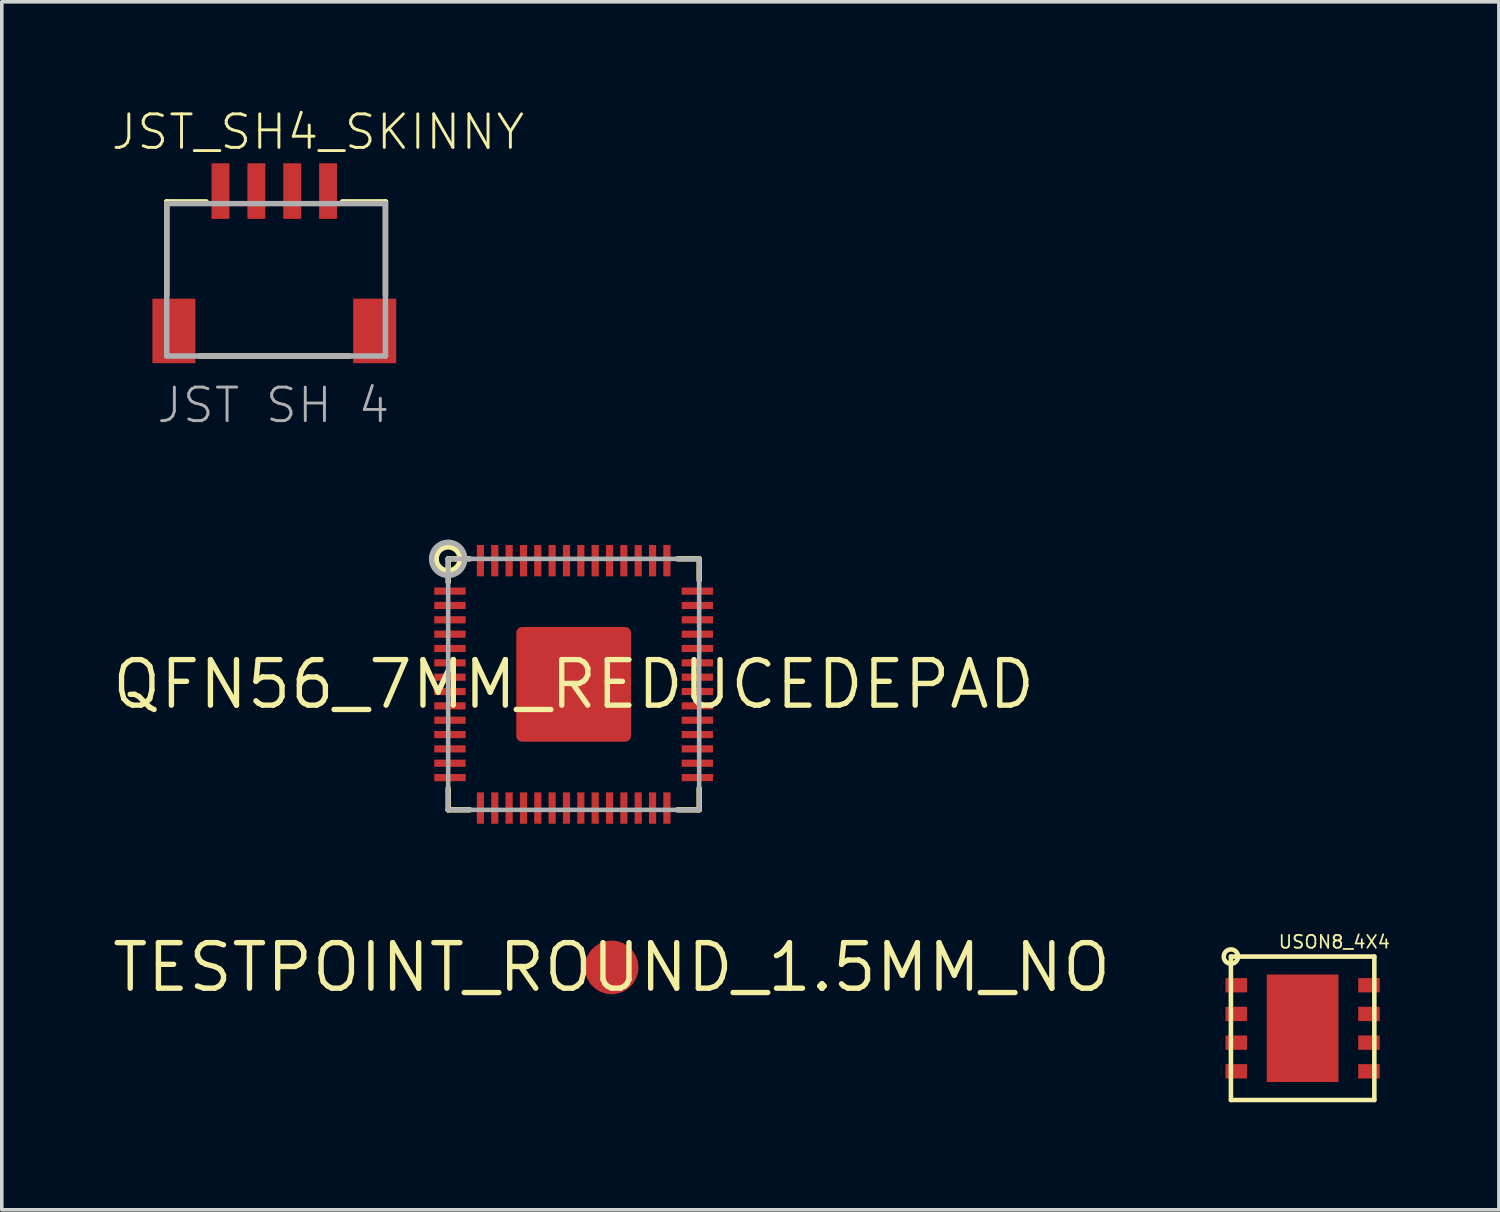
<source format=kicad_pcb>
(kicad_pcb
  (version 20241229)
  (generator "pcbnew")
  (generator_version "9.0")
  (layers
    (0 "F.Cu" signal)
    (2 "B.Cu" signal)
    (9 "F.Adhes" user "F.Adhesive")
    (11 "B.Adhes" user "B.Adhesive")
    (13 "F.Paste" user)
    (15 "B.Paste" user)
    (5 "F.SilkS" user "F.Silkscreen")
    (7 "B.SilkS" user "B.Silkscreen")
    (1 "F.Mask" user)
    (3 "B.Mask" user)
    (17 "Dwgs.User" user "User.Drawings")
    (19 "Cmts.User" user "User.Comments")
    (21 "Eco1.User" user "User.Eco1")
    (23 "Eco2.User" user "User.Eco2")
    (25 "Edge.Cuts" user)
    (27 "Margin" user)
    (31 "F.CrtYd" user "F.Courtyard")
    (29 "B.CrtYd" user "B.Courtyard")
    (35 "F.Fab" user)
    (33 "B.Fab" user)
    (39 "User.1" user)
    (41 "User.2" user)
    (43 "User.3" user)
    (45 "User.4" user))
  (footprint "TESTPOINT_ROUND_1.5MM_NO"
    (layer "F.Cu")
    (at 14.008 23.93)
    (property "Reference" "TESTPOINT_ROUND_1.5MM_NO" (at 0 0 0) (layer "F.SilkS") (effects (font (size 1.27 1.27) (thickness 0.15))))
    (pad "P$1" smd roundrect (at 0 0) (size 1.5 1.5) (layers "F.Cu" "F.Mask") (roundrect_rratio 0.5)))
  (footprint "QFN56_7MM_REDUCEDEPAD"
    (layer "F.Cu")
    (at 12.949 16.036)
    (property "Reference" "QFN56_7MM_REDUCEDEPAD" (at 0 0 0) (layer "F.SilkS") (effects (font (size 1.27 1.27) (thickness 0.15))))
    (fp_line (start -3.5 -3.5) (end -2.9 -3.5) (stroke (width 0.152) (type solid)) (layer "F.SilkS"))
    (fp_line (start -3.5 -2.85) (end -3.5 -3.5) (stroke (width 0.152) (type solid)) (layer "F.SilkS"))
    (fp_line (start -3.5 2.9) (end -3.5 3.5) (stroke (width 0.152) (type solid)) (layer "F.SilkS"))
    (fp_line (start -3.5 3.5) (end -2.9 3.5) (stroke (width 0.152) (type solid)) (layer "F.SilkS"))
    (fp_line (start 2.9 -3.5) (end 3.5 -3.5) (stroke (width 0.152) (type solid)) (layer "F.SilkS"))
    (fp_line (start 2.9 3.5) (end 3.5 3.5) (stroke (width 0.152) (type solid)) (layer "F.SilkS"))
    (fp_line (start 3.5 -3.5) (end 3.5 -2.9) (stroke (width 0.152) (type solid)) (layer "F.SilkS"))
    (fp_line (start 3.5 3.5) (end 3.5 2.9) (stroke (width 0.152) (type solid)) (layer "F.SilkS"))
    (fp_circle (center -3.5 -3.5) (end -3.165 -3.5) (stroke (width 0.152) (type solid)) (fill no) (layer "F.SilkS"))
    (fp_poly (pts (xy -1.3 -0.3) (xy -0.3 -0.3) (xy -0.3 -1.3) (xy -1.3 -1.3)) (stroke (width 0) (type default)) (fill yes) (layer "F.Paste"))
    (fp_poly (pts (xy -1.3 1.3) (xy -0.3 1.3) (xy -0.3 0.3) (xy -1.3 0.3)) (stroke (width 0) (type default)) (fill yes) (layer "F.Paste"))
    (fp_poly (pts (xy 0.3 -0.3) (xy 1.3 -0.3) (xy 1.3 -1.3) (xy 0.3 -1.3)) (stroke (width 0) (type default)) (fill yes) (layer "F.Paste"))
    (fp_poly (pts (xy 0.3 1.3) (xy 1.3 1.3) (xy 1.3 0.3) (xy 0.3 0.3)) (stroke (width 0) (type default)) (fill yes) (layer "F.Paste"))
    (fp_line (start -3.5 -3.5) (end 3.5 -3.5) (stroke (width 0.127) (type solid)) (layer "F.Fab"))
    (fp_line (start -3.5 3.5) (end -3.5 -3.5) (stroke (width 0.127) (type solid)) (layer "F.Fab"))
    (fp_line (start 3.5 -3.5) (end 3.5 3.5) (stroke (width 0.127) (type solid)) (layer "F.Fab"))
    (fp_line (start 3.5 3.5) (end -3.5 3.5) (stroke (width 0.127) (type solid)) (layer "F.Fab"))
    (fp_circle (center -3.5 -3.5) (end -3.039 -3.5) (stroke (width 0.152) (type solid)) (fill no) (layer "F.Fab"))
    (pad "1" smd rect (at -3.45 -2.6 180) (size 0.875 0.2) (layers "F.Cu" "F.Mask" "F.Paste"))
    (pad "2" smd rect (at -3.45 -2.2 180) (size 0.875 0.2) (layers "F.Cu" "F.Mask" "F.Paste"))
    (pad "3" smd rect (at -3.45 -1.8 180) (size 0.875 0.2) (layers "F.Cu" "F.Mask" "F.Paste"))
    (pad "4" smd rect (at -3.45 -1.4 180) (size 0.875 0.2) (layers "F.Cu" "F.Mask" "F.Paste"))
    (pad "5" smd rect (at -3.45 -1 180) (size 0.875 0.2) (layers "F.Cu" "F.Mask" "F.Paste"))
    (pad "6" smd rect (at -3.45 -0.6 180) (size 0.875 0.2) (layers "F.Cu" "F.Mask" "F.Paste"))
    (pad "7" smd rect (at -3.45 -0.2 180) (size 0.875 0.2) (layers "F.Cu" "F.Mask" "F.Paste"))
    (pad "8" smd rect (at -3.45 0.2 180) (size 0.875 0.2) (layers "F.Cu" "F.Mask" "F.Paste"))
    (pad "9" smd rect (at -3.45 0.6 180) (size 0.875 0.2) (layers "F.Cu" "F.Mask" "F.Paste"))
    (pad "10" smd rect (at -3.45 1 180) (size 0.875 0.2) (layers "F.Cu" "F.Mask" "F.Paste"))
    (pad "11" smd rect (at -3.45 1.4 180) (size 0.875 0.2) (layers "F.Cu" "F.Mask" "F.Paste"))
    (pad "12" smd rect (at -3.45 1.8 180) (size 0.875 0.2) (layers "F.Cu" "F.Mask" "F.Paste"))
    (pad "13" smd rect (at -3.45 2.2 180) (size 0.875 0.2) (layers "F.Cu" "F.Mask" "F.Paste"))
    (pad "14" smd rect (at -3.45 2.6 180) (size 0.875 0.2) (layers "F.Cu" "F.Mask" "F.Paste"))
    (pad "15" smd rect (at -2.6 3.45 270) (size 0.875 0.2) (layers "F.Cu" "F.Mask" "F.Paste"))
    (pad "16" smd rect (at -2.2 3.45 270) (size 0.875 0.2) (layers "F.Cu" "F.Mask" "F.Paste"))
    (pad "17" smd rect (at -1.8 3.45 270) (size 0.875 0.2) (layers "F.Cu" "F.Mask" "F.Paste"))
    (pad "18" smd rect (at -1.4 3.45 270) (size 0.875 0.2) (layers "F.Cu" "F.Mask" "F.Paste"))
    (pad "19" smd rect (at -1 3.45 270) (size 0.875 0.2) (layers "F.Cu" "F.Mask" "F.Paste"))
    (pad "20" smd rect (at -0.6 3.45 270) (size 0.875 0.2) (layers "F.Cu" "F.Mask" "F.Paste"))
    (pad "21" smd rect (at -0.2 3.45 270) (size 0.875 0.2) (layers "F.Cu" "F.Mask" "F.Paste"))
    (pad "22" smd rect (at 0.2 3.45 270) (size 0.875 0.2) (layers "F.Cu" "F.Mask" "F.Paste"))
    (pad "23" smd rect (at 0.6 3.45 270) (size 0.875 0.2) (layers "F.Cu" "F.Mask" "F.Paste"))
    (pad "24" smd rect (at 1 3.45 270) (size 0.875 0.2) (layers "F.Cu" "F.Mask" "F.Paste"))
    (pad "25" smd rect (at 1.4 3.45 270) (size 0.875 0.2) (layers "F.Cu" "F.Mask" "F.Paste"))
    (pad "26" smd rect (at 1.8 3.45 270) (size 0.875 0.2) (layers "F.Cu" "F.Mask" "F.Paste"))
    (pad "27" smd rect (at 2.2 3.45 270) (size 0.875 0.2) (layers "F.Cu" "F.Mask" "F.Paste"))
    (pad "28" smd rect (at 2.6 3.45 270) (size 0.875 0.2) (layers "F.Cu" "F.Mask" "F.Paste"))
    (pad "29" smd rect (at 3.45 2.6) (size 0.875 0.2) (layers "F.Cu" "F.Mask" "F.Paste"))
    (pad "30" smd rect (at 3.45 2.2) (size 0.875 0.2) (layers "F.Cu" "F.Mask" "F.Paste"))
    (pad "31" smd rect (at 3.45 1.8) (size 0.875 0.2) (layers "F.Cu" "F.Mask" "F.Paste"))
    (pad "32" smd rect (at 3.45 1.4) (size 0.875 0.2) (layers "F.Cu" "F.Mask" "F.Paste"))
    (pad "33" smd rect (at 3.45 1) (size 0.875 0.2) (layers "F.Cu" "F.Mask" "F.Paste"))
    (pad "34" smd rect (at 3.45 0.6) (size 0.875 0.2) (layers "F.Cu" "F.Mask" "F.Paste"))
    (pad "35" smd rect (at 3.45 0.2) (size 0.875 0.2) (layers "F.Cu" "F.Mask" "F.Paste"))
    (pad "36" smd rect (at 3.45 -0.2) (size 0.875 0.2) (layers "F.Cu" "F.Mask" "F.Paste"))
    (pad "37" smd rect (at 3.45 -0.6) (size 0.875 0.2) (layers "F.Cu" "F.Mask" "F.Paste"))
    (pad "38" smd rect (at 3.45 -1) (size 0.875 0.2) (layers "F.Cu" "F.Mask" "F.Paste"))
    (pad "39" smd rect (at 3.45 -1.4) (size 0.875 0.2) (layers "F.Cu" "F.Mask" "F.Paste"))
    (pad "40" smd rect (at 3.45 -1.8) (size 0.875 0.2) (layers "F.Cu" "F.Mask" "F.Paste"))
    (pad "41" smd rect (at 3.45 -2.2) (size 0.875 0.2) (layers "F.Cu" "F.Mask" "F.Paste"))
    (pad "42" smd rect (at 3.45 -2.6) (size 0.875 0.2) (layers "F.Cu" "F.Mask" "F.Paste"))
    (pad "43" smd rect (at 2.6 -3.45 90) (size 0.875 0.2) (layers "F.Cu" "F.Mask" "F.Paste"))
    (pad "44" smd rect (at 2.2 -3.45 90) (size 0.875 0.2) (layers "F.Cu" "F.Mask" "F.Paste"))
    (pad "45" smd rect (at 1.8 -3.45 90) (size 0.875 0.2) (layers "F.Cu" "F.Mask" "F.Paste"))
    (pad "46" smd rect (at 1.4 -3.45 90) (size 0.875 0.2) (layers "F.Cu" "F.Mask" "F.Paste"))
    (pad "47" smd rect (at 1 -3.45 90) (size 0.875 0.2) (layers "F.Cu" "F.Mask" "F.Paste"))
    (pad "48" smd rect (at 0.6 -3.45 90) (size 0.875 0.2) (layers "F.Cu" "F.Mask" "F.Paste"))
    (pad "49" smd rect (at 0.2 -3.45 90) (size 0.875 0.2) (layers "F.Cu" "F.Mask" "F.Paste"))
    (pad "50" smd rect (at -0.2 -3.45 90) (size 0.875 0.2) (layers "F.Cu" "F.Mask" "F.Paste"))
    (pad "51" smd rect (at -0.6 -3.45 90) (size 0.875 0.2) (layers "F.Cu" "F.Mask" "F.Paste"))
    (pad "52" smd rect (at -1 -3.45 90) (size 0.875 0.2) (layers "F.Cu" "F.Mask" "F.Paste"))
    (pad "53" smd rect (at -1.4 -3.45 90) (size 0.875 0.2) (layers "F.Cu" "F.Mask" "F.Paste"))
    (pad "54" smd rect (at -1.8 -3.45 90) (size 0.875 0.2) (layers "F.Cu" "F.Mask" "F.Paste"))
    (pad "55" smd rect (at -2.2 -3.45 90) (size 0.875 0.2) (layers "F.Cu" "F.Mask" "F.Paste"))
    (pad "56" smd rect (at -2.6 -3.45 90) (size 0.875 0.2) (layers "F.Cu" "F.Mask" "F.Paste"))
    (pad "P$1" smd roundrect (at 0 0) (size 3.2 3.2) (layers "F.Cu" "F.Mask") (roundrect_rratio 0.05)))
  (footprint "USON8_4X4"
    (layer "F.Cu")
    (at 33.279 25.628)
    (property "Reference" "USON8_4X4" (at -0.7 -2.2 0) (layer "F.SilkS") (effects (font (size 0.358 0.358) (thickness 0.049)) (justify left bottom)))
    (fp_line (start -2 -2) (end 2 -2) (stroke (width 0.127) (type solid)) (layer "F.SilkS"))
    (fp_line (start -2 2) (end -2 -2) (stroke (width 0.127) (type solid)) (layer "F.SilkS"))
    (fp_line (start 2 -2) (end 2 2) (stroke (width 0.127) (type solid)) (layer "F.SilkS"))
    (fp_line (start 2 2) (end -2 2) (stroke (width 0.127) (type solid)) (layer "F.SilkS"))
    (fp_circle (center -2 -2) (end -1.8 -2) (stroke (width 0.127) (type solid)) (fill no) (layer "F.SilkS"))
    (fp_poly (pts (xy -0.8 -0.3) (xy -0.2 -0.3) (xy -0.2 -1.3) (xy -0.8 -1.3)) (stroke (width 0) (type default)) (fill yes) (layer "F.Paste"))
    (fp_poly (pts (xy -0.8 1.3) (xy -0.2 1.3) (xy -0.2 0.3) (xy -0.8 0.3)) (stroke (width 0) (type default)) (fill yes) (layer "F.Paste"))
    (fp_poly (pts (xy 0.2 -0.3) (xy 0.8 -0.3) (xy 0.8 -1.3) (xy 0.2 -1.3)) (stroke (width 0) (type default)) (fill yes) (layer "F.Paste"))
    (fp_poly (pts (xy 0.2 1.3) (xy 0.8 1.3) (xy 0.8 0.3) (xy 0.2 0.3)) (stroke (width 0) (type default)) (fill yes) (layer "F.Paste"))
    (pad "1" smd rect (at -1.85 -1.2 90) (size 0.4 0.6) (layers "F.Cu" "F.Mask" "F.Paste"))
    (pad "2" smd rect (at -1.85 -0.4 90) (size 0.4 0.6) (layers "F.Cu" "F.Mask" "F.Paste"))
    (pad "3" smd rect (at -1.85 0.4 90) (size 0.4 0.6) (layers "F.Cu" "F.Mask" "F.Paste"))
    (pad "4" smd rect (at -1.85 1.2 90) (size 0.4 0.6) (layers "F.Cu" "F.Mask" "F.Paste"))
    (pad "5" smd rect (at 1.85 1.2 90) (size 0.4 0.6) (layers "F.Cu" "F.Mask" "F.Paste"))
    (pad "6" smd rect (at 1.85 0.4 90) (size 0.4 0.6) (layers "F.Cu" "F.Mask" "F.Paste"))
    (pad "7" smd rect (at 1.85 -0.4 90) (size 0.4 0.6) (layers "F.Cu" "F.Mask" "F.Paste"))
    (pad "8" smd rect (at 1.85 -1.2 90) (size 0.4 0.6) (layers "F.Cu" "F.Mask" "F.Paste"))
    (pad "PAD" smd rect (at 0 0) (size 2 3) (layers "F.Cu" "F.Mask")))
  (footprint "JST_SH4_SKINNY"
    (layer "F.Cu")
    (at 4.6 4.793)
    (property "Reference" "JST_SH4_SKINNY" (at -4.6 -3.614 0) (layer "F.SilkS") (effects (font (size 0.935 0.935) (thickness 0.081)) (justify left bottom)))
    (fp_line (start -3 -2.214) (end -1.9 -2.214) (stroke (width 0.152) (type solid)) (layer "F.SilkS"))
    (fp_line (start -3 0.386) (end -3 -2.214) (stroke (width 0.152) (type solid)) (layer "F.SilkS"))
    (fp_line (start -2.1 2.086) (end 2.1 2.086) (stroke (width 0.152) (type solid)) (layer "F.SilkS"))
    (fp_line (start 1.9 -2.214) (end 3.1 -2.214) (stroke (width 0.152) (type solid)) (layer "F.SilkS"))
    (fp_line (start 3.1 -2.214) (end 3.1 0.386) (stroke (width 0.152) (type solid)) (layer "F.SilkS"))
    (fp_line (start -3 -2.164) (end 3.1 -2.164) (stroke (width 0.152) (type solid)) (layer "F.Fab"))
    (fp_line (start -3 2.086) (end -3 -2.164) (stroke (width 0.152) (type solid)) (layer "F.Fab"))
    (fp_line (start 3.1 -2.164) (end 3.1 2.086) (stroke (width 0.152) (type solid)) (layer "F.Fab"))
    (fp_line (start 3.1 2.086) (end -3 2.086) (stroke (width 0.152) (type solid)) (layer "F.Fab"))
    (fp_text user "JST SH 4" (at -3.33 4.006 0) (layer "F.Fab") (effects (font (size 0.935 0.935) (thickness 0.081)) (justify left bottom)))
    (pad "1" smd rect (at -1.5 -2.514 90) (size 1.55 0.5) (layers "F.Cu" "F.Mask" "F.Paste"))
    (pad "2" smd rect (at -0.5 -2.514 90) (size 1.55 0.5) (layers "F.Cu" "F.Mask" "F.Paste"))
    (pad "3" smd rect (at 0.5 -2.514 90) (size 1.55 0.5) (layers "F.Cu" "F.Mask" "F.Paste"))
    (pad "4" smd rect (at 1.5 -2.514 90) (size 1.55 0.5) (layers "F.Cu" "F.Mask" "F.Paste"))
    (pad "MT1" smd rect (at -2.8 1.386 90) (size 1.8 1.2) (layers "F.Cu" "F.Mask" "F.Paste"))
    (pad "MT2" smd rect (at 2.8 1.386 90) (size 1.8 1.2) (layers "F.Cu" "F.Mask" "F.Paste")))
  (gr_rect
    (start -3 -3)
    (end 38.753 30.691)
    (stroke (width 0.1) (type default))
    (fill no)
    (layer "Edge.Cuts")))
</source>
